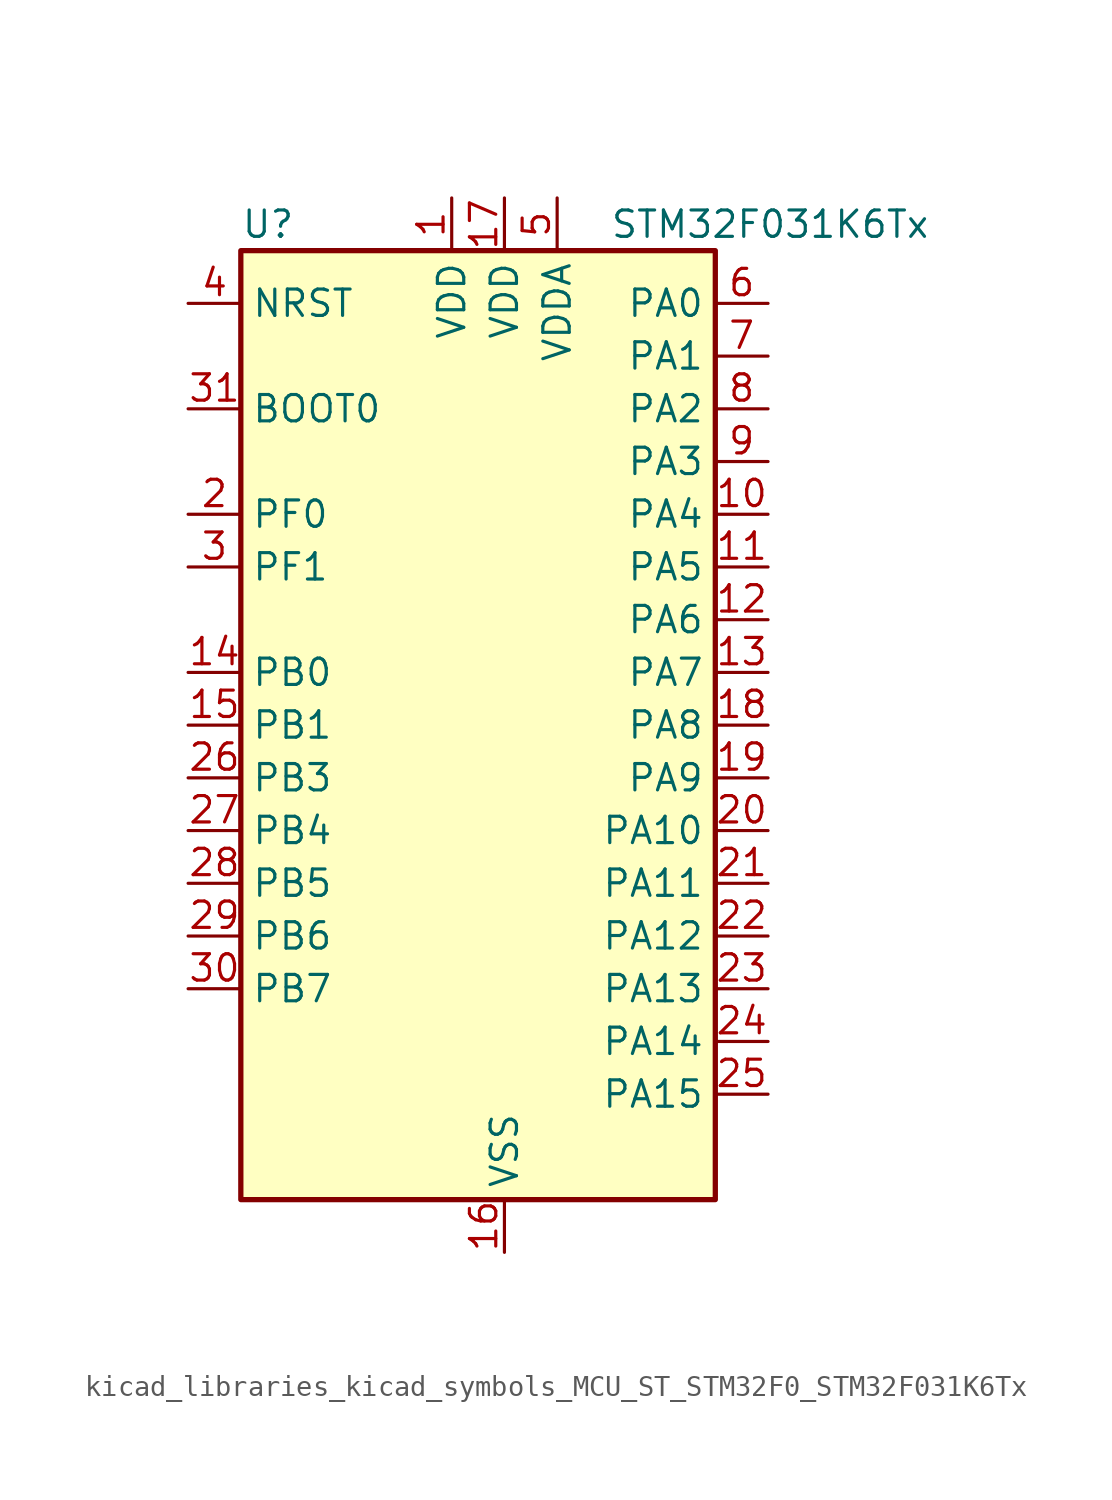
<source format=kicad_sym>
(kicad_symbol_lib
  (version 20220914)
  (generator kicad_symbol_editor)
  (symbol "kicad_libraries_kicad_symbols_MCU_ST_STM32F0_STM32F031K6Tx"
    (property "Reference" "U"
      (at -10.16 24.13 0)
      (effects (font (size 1.27 1.27)) (justify left)))
    (property "Value" "STM32F031K6Tx"
      (at 7.62 24.13 0)
      (effects (font (size 1.27 1.27)) (justify left)))
    (property "ki_locked" ""
      (at 0 0 0)
      (effects (font (size 1.27 1.27))))
    (symbol "kicad_libraries_kicad_symbols_MCU_ST_STM32F0_STM32F031K6Tx_0_1"
      (rectangle (start -10.16 -22.86) (end 12.7 22.86) (stroke (width 0.254) (type default)) (fill (type background))))
    (symbol "kicad_libraries_kicad_symbols_MCU_ST_STM32F0_STM32F031K6Tx_1_1"
      (pin power_in line (at 0 25.4 270) (length 2.54) (name "VDD" (effects (font (size 1.27 1.27)))) (number "1" (effects (font (size 1.27 1.27)))))
      (pin bidirectional line (at 15.24 10.16 180) (length 2.54) (name "PA4" (effects (font (size 1.27 1.27)))) (number "10" (effects (font (size 1.27 1.27)))) (alternate "ADC_IN4" bidirectional line) (alternate "I2S1_WS" bidirectional line) (alternate "SPI1_NSS" bidirectional line) (alternate "TIM14_CH1" bidirectional line) (alternate "USART1_CK" bidirectional line))
      (pin bidirectional line (at 15.24 7.62 180) (length 2.54) (name "PA5" (effects (font (size 1.27 1.27)))) (number "11" (effects (font (size 1.27 1.27)))) (alternate "ADC_IN5" bidirectional line) (alternate "I2S1_CK" bidirectional line) (alternate "SPI1_SCK" bidirectional line) (alternate "TIM2_CH1" bidirectional line) (alternate "TIM2_ETR" bidirectional line))
      (pin bidirectional line (at 15.24 5.08 180) (length 2.54) (name "PA6" (effects (font (size 1.27 1.27)))) (number "12" (effects (font (size 1.27 1.27)))) (alternate "ADC_IN6" bidirectional line) (alternate "I2S1_MCK" bidirectional line) (alternate "SPI1_MISO" bidirectional line) (alternate "TIM16_CH1" bidirectional line) (alternate "TIM1_BKIN" bidirectional line) (alternate "TIM3_CH1" bidirectional line))
      (pin bidirectional line (at 15.24 2.54 180) (length 2.54) (name "PA7" (effects (font (size 1.27 1.27)))) (number "13" (effects (font (size 1.27 1.27)))) (alternate "ADC_IN7" bidirectional line) (alternate "I2S1_SD" bidirectional line) (alternate "SPI1_MOSI" bidirectional line) (alternate "TIM14_CH1" bidirectional line) (alternate "TIM17_CH1" bidirectional line) (alternate "TIM1_CH1N" bidirectional line) (alternate "TIM3_CH2" bidirectional line))
      (pin bidirectional line (at -12.7 2.54 0) (length 2.54) (name "PB0" (effects (font (size 1.27 1.27)))) (number "14" (effects (font (size 1.27 1.27)))) (alternate "ADC_IN8" bidirectional line) (alternate "TIM1_CH2N" bidirectional line) (alternate "TIM3_CH3" bidirectional line))
      (pin bidirectional line (at -12.7 0 0) (length 2.54) (name "PB1" (effects (font (size 1.27 1.27)))) (number "15" (effects (font (size 1.27 1.27)))) (alternate "ADC_IN9" bidirectional line) (alternate "TIM14_CH1" bidirectional line) (alternate "TIM1_CH3N" bidirectional line) (alternate "TIM3_CH4" bidirectional line))
      (pin power_in line (at 2.54 -25.4 90) (length 2.54) (name "VSS" (effects (font (size 1.27 1.27)))) (number "16" (effects (font (size 1.27 1.27)))))
      (pin power_in line (at 2.54 25.4 270) (length 2.54) (name "VDD" (effects (font (size 1.27 1.27)))) (number "17" (effects (font (size 1.27 1.27)))))
      (pin bidirectional line (at 15.24 0 180) (length 2.54) (name "PA8" (effects (font (size 1.27 1.27)))) (number "18" (effects (font (size 1.27 1.27)))) (alternate "RCC_MCO" bidirectional line) (alternate "TIM1_CH1" bidirectional line) (alternate "USART1_CK" bidirectional line))
      (pin bidirectional line (at 15.24 -2.54 180) (length 2.54) (name "PA9" (effects (font (size 1.27 1.27)))) (number "19" (effects (font (size 1.27 1.27)))) (alternate "I2C1_SCL" bidirectional line) (alternate "TIM1_CH2" bidirectional line) (alternate "USART1_TX" bidirectional line))
      (pin bidirectional line (at -12.7 10.16 0) (length 2.54) (name "PF0" (effects (font (size 1.27 1.27)))) (number "2" (effects (font (size 1.27 1.27)))) (alternate "RCC_OSC_IN" bidirectional line))
      (pin bidirectional line (at 15.24 -5.08 180) (length 2.54) (name "PA10" (effects (font (size 1.27 1.27)))) (number "20" (effects (font (size 1.27 1.27)))) (alternate "I2C1_SDA" bidirectional line) (alternate "TIM17_BKIN" bidirectional line) (alternate "TIM1_CH3" bidirectional line) (alternate "USART1_RX" bidirectional line))
      (pin bidirectional line (at 15.24 -7.62 180) (length 2.54) (name "PA11" (effects (font (size 1.27 1.27)))) (number "21" (effects (font (size 1.27 1.27)))) (alternate "TIM1_CH4" bidirectional line) (alternate "USART1_CTS" bidirectional line))
      (pin bidirectional line (at 15.24 -10.16 180) (length 2.54) (name "PA12" (effects (font (size 1.27 1.27)))) (number "22" (effects (font (size 1.27 1.27)))) (alternate "TIM1_ETR" bidirectional line) (alternate "USART1_DE" bidirectional line) (alternate "USART1_RTS" bidirectional line))
      (pin bidirectional line (at 15.24 -12.7 180) (length 2.54) (name "PA13" (effects (font (size 1.27 1.27)))) (number "23" (effects (font (size 1.27 1.27)))) (alternate "IR_OUT" bidirectional line) (alternate "SYS_SWDIO" bidirectional line))
      (pin bidirectional line (at 15.24 -15.24 180) (length 2.54) (name "PA14" (effects (font (size 1.27 1.27)))) (number "24" (effects (font (size 1.27 1.27)))) (alternate "SYS_SWCLK" bidirectional line) (alternate "USART1_TX" bidirectional line))
      (pin bidirectional line (at 15.24 -17.78 180) (length 2.54) (name "PA15" (effects (font (size 1.27 1.27)))) (number "25" (effects (font (size 1.27 1.27)))) (alternate "I2S1_WS" bidirectional line) (alternate "SPI1_NSS" bidirectional line) (alternate "TIM2_CH1" bidirectional line) (alternate "TIM2_ETR" bidirectional line) (alternate "USART1_RX" bidirectional line))
      (pin bidirectional line (at -12.7 -2.54 0) (length 2.54) (name "PB3" (effects (font (size 1.27 1.27)))) (number "26" (effects (font (size 1.27 1.27)))) (alternate "I2S1_CK" bidirectional line) (alternate "SPI1_SCK" bidirectional line) (alternate "TIM2_CH2" bidirectional line))
      (pin bidirectional line (at -12.7 -5.08 0) (length 2.54) (name "PB4" (effects (font (size 1.27 1.27)))) (number "27" (effects (font (size 1.27 1.27)))) (alternate "I2S1_MCK" bidirectional line) (alternate "SPI1_MISO" bidirectional line) (alternate "TIM3_CH1" bidirectional line))
      (pin bidirectional line (at -12.7 -7.62 0) (length 2.54) (name "PB5" (effects (font (size 1.27 1.27)))) (number "28" (effects (font (size 1.27 1.27)))) (alternate "I2C1_SMBA" bidirectional line) (alternate "I2S1_SD" bidirectional line) (alternate "SPI1_MOSI" bidirectional line) (alternate "TIM16_BKIN" bidirectional line) (alternate "TIM3_CH2" bidirectional line))
      (pin bidirectional line (at -12.7 -10.16 0) (length 2.54) (name "PB6" (effects (font (size 1.27 1.27)))) (number "29" (effects (font (size 1.27 1.27)))) (alternate "I2C1_SCL" bidirectional line) (alternate "TIM16_CH1N" bidirectional line) (alternate "USART1_TX" bidirectional line))
      (pin bidirectional line (at -12.7 7.62 0) (length 2.54) (name "PF1" (effects (font (size 1.27 1.27)))) (number "3" (effects (font (size 1.27 1.27)))) (alternate "RCC_OSC_OUT" bidirectional line))
      (pin bidirectional line (at -12.7 -12.7 0) (length 2.54) (name "PB7" (effects (font (size 1.27 1.27)))) (number "30" (effects (font (size 1.27 1.27)))) (alternate "I2C1_SDA" bidirectional line) (alternate "TIM17_CH1N" bidirectional line) (alternate "USART1_RX" bidirectional line))
      (pin input line (at -12.7 15.24 0) (length 2.54) (name "BOOT0" (effects (font (size 1.27 1.27)))) (number "31" (effects (font (size 1.27 1.27)))))
      (pin passive line (at 2.54 -25.4 90) (length 2.54) hide (name "VSS" (effects (font (size 1.27 1.27)))) (number "32" (effects (font (size 1.27 1.27)))))
      (pin input line (at -12.7 20.32 0) (length 2.54) (name "NRST" (effects (font (size 1.27 1.27)))) (number "4" (effects (font (size 1.27 1.27)))))
      (pin power_in line (at 5.08 25.4 270) (length 2.54) (name "VDDA" (effects (font (size 1.27 1.27)))) (number "5" (effects (font (size 1.27 1.27)))))
      (pin bidirectional line (at 15.24 20.32 180) (length 2.54) (name "PA0" (effects (font (size 1.27 1.27)))) (number "6" (effects (font (size 1.27 1.27)))) (alternate "ADC_IN0" bidirectional line) (alternate "RTC_TAMP2" bidirectional line) (alternate "SYS_WKUP1" bidirectional line) (alternate "TIM2_CH1" bidirectional line) (alternate "TIM2_ETR" bidirectional line) (alternate "USART1_CTS" bidirectional line))
      (pin bidirectional line (at 15.24 17.78 180) (length 2.54) (name "PA1" (effects (font (size 1.27 1.27)))) (number "7" (effects (font (size 1.27 1.27)))) (alternate "ADC_IN1" bidirectional line) (alternate "TIM2_CH2" bidirectional line) (alternate "USART1_DE" bidirectional line) (alternate "USART1_RTS" bidirectional line))
      (pin bidirectional line (at 15.24 15.24 180) (length 2.54) (name "PA2" (effects (font (size 1.27 1.27)))) (number "8" (effects (font (size 1.27 1.27)))) (alternate "ADC_IN2" bidirectional line) (alternate "TIM2_CH3" bidirectional line) (alternate "USART1_TX" bidirectional line))
      (pin bidirectional line (at 15.24 12.7 180) (length 2.54) (name "PA3" (effects (font (size 1.27 1.27)))) (number "9" (effects (font (size 1.27 1.27)))) (alternate "ADC_IN3" bidirectional line) (alternate "TIM2_CH4" bidirectional line) (alternate "USART1_RX" bidirectional line)))))
</source>
